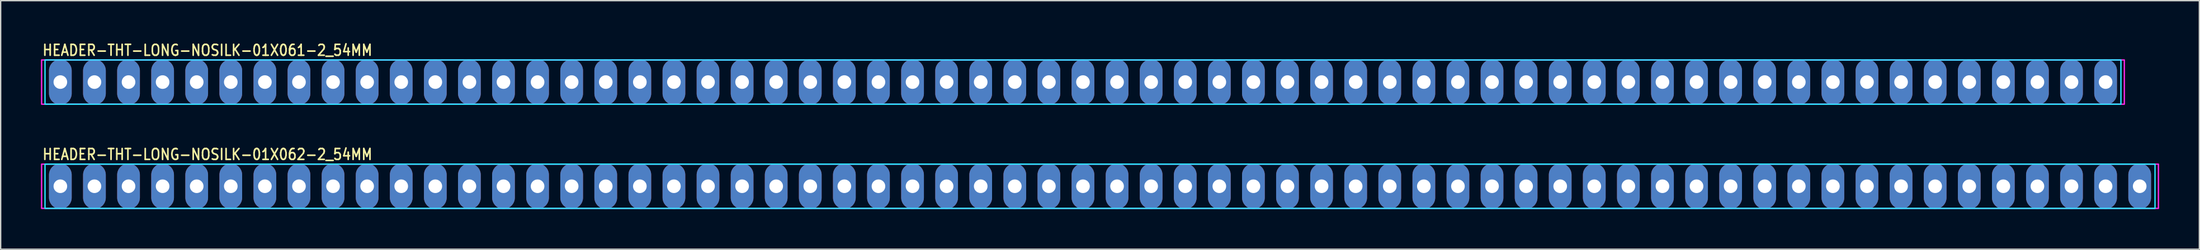
<source format=kicad_pcb>
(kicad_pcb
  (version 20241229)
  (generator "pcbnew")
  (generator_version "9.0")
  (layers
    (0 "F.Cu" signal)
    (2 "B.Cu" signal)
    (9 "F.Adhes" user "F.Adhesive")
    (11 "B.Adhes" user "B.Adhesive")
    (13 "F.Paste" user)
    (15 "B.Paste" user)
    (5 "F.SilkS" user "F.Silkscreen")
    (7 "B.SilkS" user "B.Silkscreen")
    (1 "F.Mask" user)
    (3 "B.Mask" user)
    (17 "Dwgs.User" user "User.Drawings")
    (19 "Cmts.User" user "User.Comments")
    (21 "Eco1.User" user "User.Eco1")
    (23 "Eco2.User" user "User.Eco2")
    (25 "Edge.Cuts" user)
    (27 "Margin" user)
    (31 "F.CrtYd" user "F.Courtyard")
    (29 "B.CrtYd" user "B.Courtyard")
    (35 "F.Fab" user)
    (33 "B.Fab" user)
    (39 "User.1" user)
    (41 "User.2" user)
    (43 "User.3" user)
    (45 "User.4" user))
  (footprint "HEADER-THT-LONG-NOSILK-01X061-2_54MM"
    (layer "F.Cu")
    (at 1.447 3.079)
    (property "Reference" "HEADER-THT-LONG-NOSILK-01X061-2_54MM" (at -1.4 -1.9 0) (unlocked yes) (layer "F.SilkS") (effects (font (size 0.813 0.695) (thickness 0.122)) (justify left bottom)))
    (fp_poly (pts (xy -1.143 -1.651) (xy 153.543 -1.651) (xy 153.543 1.651) (xy -1.143 1.651)) (stroke (width 0.1) (type solid)) (fill no) (layer "B.CrtYd"))
    (fp_poly (pts (xy -1.397 -1.651) (xy 153.797 -1.651) (xy 153.797 1.651) (xy -1.397 1.651)) (stroke (width 0.1) (type solid)) (fill no) (layer "F.CrtYd"))
    (pad "1" thru_hole oval (at 0 0 90) (size 3.387 1.693) (drill 1.016) (layers "*.Cu" "*.Mask"))
    (pad "2" thru_hole oval (at 2.54 0 90) (size 3.387 1.693) (drill 1.016) (layers "*.Cu" "*.Mask"))
    (pad "3" thru_hole oval (at 5.08 0 90) (size 3.387 1.693) (drill 1.016) (layers "*.Cu" "*.Mask"))
    (pad "4" thru_hole oval (at 7.62 0 90) (size 3.387 1.693) (drill 1.016) (layers "*.Cu" "*.Mask"))
    (pad "5" thru_hole oval (at 10.16 0 90) (size 3.387 1.693) (drill 1.016) (layers "*.Cu" "*.Mask"))
    (pad "6" thru_hole oval (at 12.7 0 90) (size 3.387 1.693) (drill 1.016) (layers "*.Cu" "*.Mask"))
    (pad "7" thru_hole oval (at 15.24 0 90) (size 3.387 1.693) (drill 1.016) (layers "*.Cu" "*.Mask"))
    (pad "8" thru_hole oval (at 17.78 0 90) (size 3.387 1.693) (drill 1.016) (layers "*.Cu" "*.Mask"))
    (pad "9" thru_hole oval (at 20.32 0 90) (size 3.387 1.693) (drill 1.016) (layers "*.Cu" "*.Mask"))
    (pad "10" thru_hole oval (at 22.86 0 90) (size 3.387 1.693) (drill 1.016) (layers "*.Cu" "*.Mask"))
    (pad "11" thru_hole oval (at 25.4 0 90) (size 3.387 1.693) (drill 1.016) (layers "*.Cu" "*.Mask"))
    (pad "12" thru_hole oval (at 27.94 0 90) (size 3.387 1.693) (drill 1.016) (layers "*.Cu" "*.Mask"))
    (pad "13" thru_hole oval (at 30.48 0 90) (size 3.387 1.693) (drill 1.016) (layers "*.Cu" "*.Mask"))
    (pad "14" thru_hole oval (at 33.02 0 90) (size 3.387 1.693) (drill 1.016) (layers "*.Cu" "*.Mask"))
    (pad "15" thru_hole oval (at 35.56 0 90) (size 3.387 1.693) (drill 1.016) (layers "*.Cu" "*.Mask"))
    (pad "16" thru_hole oval (at 38.1 0 90) (size 3.387 1.693) (drill 1.016) (layers "*.Cu" "*.Mask"))
    (pad "17" thru_hole oval (at 40.64 0 90) (size 3.387 1.693) (drill 1.016) (layers "*.Cu" "*.Mask"))
    (pad "18" thru_hole oval (at 43.18 0 90) (size 3.387 1.693) (drill 1.016) (layers "*.Cu" "*.Mask"))
    (pad "19" thru_hole oval (at 45.72 0 90) (size 3.387 1.693) (drill 1.016) (layers "*.Cu" "*.Mask"))
    (pad "20" thru_hole oval (at 48.26 0 90) (size 3.387 1.693) (drill 1.016) (layers "*.Cu" "*.Mask"))
    (pad "21" thru_hole oval (at 50.8 0 90) (size 3.387 1.693) (drill 1.016) (layers "*.Cu" "*.Mask"))
    (pad "22" thru_hole oval (at 53.34 0 90) (size 3.387 1.693) (drill 1.016) (layers "*.Cu" "*.Mask"))
    (pad "23" thru_hole oval (at 55.88 0 90) (size 3.387 1.693) (drill 1.016) (layers "*.Cu" "*.Mask"))
    (pad "24" thru_hole oval (at 58.42 0 90) (size 3.387 1.693) (drill 1.016) (layers "*.Cu" "*.Mask"))
    (pad "25" thru_hole oval (at 60.96 0 90) (size 3.387 1.693) (drill 1.016) (layers "*.Cu" "*.Mask"))
    (pad "26" thru_hole oval (at 63.5 0 90) (size 3.387 1.693) (drill 1.016) (layers "*.Cu" "*.Mask"))
    (pad "27" thru_hole oval (at 66.04 0 90) (size 3.387 1.693) (drill 1.016) (layers "*.Cu" "*.Mask"))
    (pad "28" thru_hole oval (at 68.58 0 90) (size 3.387 1.693) (drill 1.016) (layers "*.Cu" "*.Mask"))
    (pad "29" thru_hole oval (at 71.12 0 90) (size 3.387 1.693) (drill 1.016) (layers "*.Cu" "*.Mask"))
    (pad "30" thru_hole oval (at 73.66 0 90) (size 3.387 1.693) (drill 1.016) (layers "*.Cu" "*.Mask"))
    (pad "31" thru_hole oval (at 76.2 0 90) (size 3.387 1.693) (drill 1.016) (layers "*.Cu" "*.Mask"))
    (pad "32" thru_hole oval (at 78.74 0 90) (size 3.387 1.693) (drill 1.016) (layers "*.Cu" "*.Mask"))
    (pad "33" thru_hole oval (at 81.28 0 90) (size 3.387 1.693) (drill 1.016) (layers "*.Cu" "*.Mask"))
    (pad "34" thru_hole oval (at 83.82 0 90) (size 3.387 1.693) (drill 1.016) (layers "*.Cu" "*.Mask"))
    (pad "35" thru_hole oval (at 86.36 0 90) (size 3.387 1.693) (drill 1.016) (layers "*.Cu" "*.Mask"))
    (pad "36" thru_hole oval (at 88.9 0 90) (size 3.387 1.693) (drill 1.016) (layers "*.Cu" "*.Mask"))
    (pad "37" thru_hole oval (at 91.44 0 90) (size 3.387 1.693) (drill 1.016) (layers "*.Cu" "*.Mask"))
    (pad "38" thru_hole oval (at 93.98 0 90) (size 3.387 1.693) (drill 1.016) (layers "*.Cu" "*.Mask"))
    (pad "39" thru_hole oval (at 96.52 0 90) (size 3.387 1.693) (drill 1.016) (layers "*.Cu" "*.Mask"))
    (pad "40" thru_hole oval (at 99.06 0 90) (size 3.387 1.693) (drill 1.016) (layers "*.Cu" "*.Mask"))
    (pad "41" thru_hole oval (at 101.6 0 90) (size 3.387 1.693) (drill 1.016) (layers "*.Cu" "*.Mask"))
    (pad "42" thru_hole oval (at 104.14 0 90) (size 3.387 1.693) (drill 1.016) (layers "*.Cu" "*.Mask"))
    (pad "43" thru_hole oval (at 106.68 0 90) (size 3.387 1.693) (drill 1.016) (layers "*.Cu" "*.Mask"))
    (pad "44" thru_hole oval (at 109.22 0 90) (size 3.387 1.693) (drill 1.016) (layers "*.Cu" "*.Mask"))
    (pad "45" thru_hole oval (at 111.76 0 90) (size 3.387 1.693) (drill 1.016) (layers "*.Cu" "*.Mask"))
    (pad "46" thru_hole oval (at 114.3 0 90) (size 3.387 1.693) (drill 1.016) (layers "*.Cu" "*.Mask"))
    (pad "47" thru_hole oval (at 116.84 0 90) (size 3.387 1.693) (drill 1.016) (layers "*.Cu" "*.Mask"))
    (pad "48" thru_hole oval (at 119.38 0 90) (size 3.387 1.693) (drill 1.016) (layers "*.Cu" "*.Mask"))
    (pad "49" thru_hole oval (at 121.92 0 90) (size 3.387 1.693) (drill 1.016) (layers "*.Cu" "*.Mask"))
    (pad "50" thru_hole oval (at 124.46 0 90) (size 3.387 1.693) (drill 1.016) (layers "*.Cu" "*.Mask"))
    (pad "51" thru_hole oval (at 127 0 90) (size 3.387 1.693) (drill 1.016) (layers "*.Cu" "*.Mask"))
    (pad "52" thru_hole oval (at 129.54 0 90) (size 3.387 1.693) (drill 1.016) (layers "*.Cu" "*.Mask"))
    (pad "53" thru_hole oval (at 132.08 0 90) (size 3.387 1.693) (drill 1.016) (layers "*.Cu" "*.Mask"))
    (pad "54" thru_hole oval (at 134.62 0 90) (size 3.387 1.693) (drill 1.016) (layers "*.Cu" "*.Mask"))
    (pad "55" thru_hole oval (at 137.16 0 90) (size 3.387 1.693) (drill 1.016) (layers "*.Cu" "*.Mask"))
    (pad "56" thru_hole oval (at 139.7 0 90) (size 3.387 1.693) (drill 1.016) (layers "*.Cu" "*.Mask"))
    (pad "57" thru_hole oval (at 142.24 0 90) (size 3.387 1.693) (drill 1.016) (layers "*.Cu" "*.Mask"))
    (pad "58" thru_hole oval (at 144.78 0 90) (size 3.387 1.693) (drill 1.016) (layers "*.Cu" "*.Mask"))
    (pad "59" thru_hole oval (at 147.32 0 90) (size 3.387 1.693) (drill 1.016) (layers "*.Cu" "*.Mask"))
    (pad "60" thru_hole oval (at 149.86 0 90) (size 3.387 1.693) (drill 1.016) (layers "*.Cu" "*.Mask"))
    (pad "61" thru_hole oval (at 152.4 0 90) (size 3.387 1.693) (drill 1.016) (layers "*.Cu" "*.Mask")))
  (footprint "HEADER-THT-LONG-NOSILK-01X062-2_54MM"
    (layer "F.Cu")
    (at 1.447 10.858)
    (property "Reference" "HEADER-THT-LONG-NOSILK-01X062-2_54MM" (at -1.4 -1.9 0) (unlocked yes) (layer "F.SilkS") (effects (font (size 0.813 0.695) (thickness 0.122)) (justify left bottom)))
    (fp_poly (pts (xy -1.143 -1.651) (xy 156.083 -1.651) (xy 156.083 1.651) (xy -1.143 1.651)) (stroke (width 0.1) (type solid)) (fill no) (layer "B.CrtYd"))
    (fp_poly (pts (xy -1.397 -1.651) (xy 156.337 -1.651) (xy 156.337 1.651) (xy -1.397 1.651)) (stroke (width 0.1) (type solid)) (fill no) (layer "F.CrtYd"))
    (pad "1" thru_hole oval (at 0 0 90) (size 3.387 1.693) (drill 1.016) (layers "*.Cu" "*.Mask"))
    (pad "2" thru_hole oval (at 2.54 0 90) (size 3.387 1.693) (drill 1.016) (layers "*.Cu" "*.Mask"))
    (pad "3" thru_hole oval (at 5.08 0 90) (size 3.387 1.693) (drill 1.016) (layers "*.Cu" "*.Mask"))
    (pad "4" thru_hole oval (at 7.62 0 90) (size 3.387 1.693) (drill 1.016) (layers "*.Cu" "*.Mask"))
    (pad "5" thru_hole oval (at 10.16 0 90) (size 3.387 1.693) (drill 1.016) (layers "*.Cu" "*.Mask"))
    (pad "6" thru_hole oval (at 12.7 0 90) (size 3.387 1.693) (drill 1.016) (layers "*.Cu" "*.Mask"))
    (pad "7" thru_hole oval (at 15.24 0 90) (size 3.387 1.693) (drill 1.016) (layers "*.Cu" "*.Mask"))
    (pad "8" thru_hole oval (at 17.78 0 90) (size 3.387 1.693) (drill 1.016) (layers "*.Cu" "*.Mask"))
    (pad "9" thru_hole oval (at 20.32 0 90) (size 3.387 1.693) (drill 1.016) (layers "*.Cu" "*.Mask"))
    (pad "10" thru_hole oval (at 22.86 0 90) (size 3.387 1.693) (drill 1.016) (layers "*.Cu" "*.Mask"))
    (pad "11" thru_hole oval (at 25.4 0 90) (size 3.387 1.693) (drill 1.016) (layers "*.Cu" "*.Mask"))
    (pad "12" thru_hole oval (at 27.94 0 90) (size 3.387 1.693) (drill 1.016) (layers "*.Cu" "*.Mask"))
    (pad "13" thru_hole oval (at 30.48 0 90) (size 3.387 1.693) (drill 1.016) (layers "*.Cu" "*.Mask"))
    (pad "14" thru_hole oval (at 33.02 0 90) (size 3.387 1.693) (drill 1.016) (layers "*.Cu" "*.Mask"))
    (pad "15" thru_hole oval (at 35.56 0 90) (size 3.387 1.693) (drill 1.016) (layers "*.Cu" "*.Mask"))
    (pad "16" thru_hole oval (at 38.1 0 90) (size 3.387 1.693) (drill 1.016) (layers "*.Cu" "*.Mask"))
    (pad "17" thru_hole oval (at 40.64 0 90) (size 3.387 1.693) (drill 1.016) (layers "*.Cu" "*.Mask"))
    (pad "18" thru_hole oval (at 43.18 0 90) (size 3.387 1.693) (drill 1.016) (layers "*.Cu" "*.Mask"))
    (pad "19" thru_hole oval (at 45.72 0 90) (size 3.387 1.693) (drill 1.016) (layers "*.Cu" "*.Mask"))
    (pad "20" thru_hole oval (at 48.26 0 90) (size 3.387 1.693) (drill 1.016) (layers "*.Cu" "*.Mask"))
    (pad "21" thru_hole oval (at 50.8 0 90) (size 3.387 1.693) (drill 1.016) (layers "*.Cu" "*.Mask"))
    (pad "22" thru_hole oval (at 53.34 0 90) (size 3.387 1.693) (drill 1.016) (layers "*.Cu" "*.Mask"))
    (pad "23" thru_hole oval (at 55.88 0 90) (size 3.387 1.693) (drill 1.016) (layers "*.Cu" "*.Mask"))
    (pad "24" thru_hole oval (at 58.42 0 90) (size 3.387 1.693) (drill 1.016) (layers "*.Cu" "*.Mask"))
    (pad "25" thru_hole oval (at 60.96 0 90) (size 3.387 1.693) (drill 1.016) (layers "*.Cu" "*.Mask"))
    (pad "26" thru_hole oval (at 63.5 0 90) (size 3.387 1.693) (drill 1.016) (layers "*.Cu" "*.Mask"))
    (pad "27" thru_hole oval (at 66.04 0 90) (size 3.387 1.693) (drill 1.016) (layers "*.Cu" "*.Mask"))
    (pad "28" thru_hole oval (at 68.58 0 90) (size 3.387 1.693) (drill 1.016) (layers "*.Cu" "*.Mask"))
    (pad "29" thru_hole oval (at 71.12 0 90) (size 3.387 1.693) (drill 1.016) (layers "*.Cu" "*.Mask"))
    (pad "30" thru_hole oval (at 73.66 0 90) (size 3.387 1.693) (drill 1.016) (layers "*.Cu" "*.Mask"))
    (pad "31" thru_hole oval (at 76.2 0 90) (size 3.387 1.693) (drill 1.016) (layers "*.Cu" "*.Mask"))
    (pad "32" thru_hole oval (at 78.74 0 90) (size 3.387 1.693) (drill 1.016) (layers "*.Cu" "*.Mask"))
    (pad "33" thru_hole oval (at 81.28 0 90) (size 3.387 1.693) (drill 1.016) (layers "*.Cu" "*.Mask"))
    (pad "34" thru_hole oval (at 83.82 0 90) (size 3.387 1.693) (drill 1.016) (layers "*.Cu" "*.Mask"))
    (pad "35" thru_hole oval (at 86.36 0 90) (size 3.387 1.693) (drill 1.016) (layers "*.Cu" "*.Mask"))
    (pad "36" thru_hole oval (at 88.9 0 90) (size 3.387 1.693) (drill 1.016) (layers "*.Cu" "*.Mask"))
    (pad "37" thru_hole oval (at 91.44 0 90) (size 3.387 1.693) (drill 1.016) (layers "*.Cu" "*.Mask"))
    (pad "38" thru_hole oval (at 93.98 0 90) (size 3.387 1.693) (drill 1.016) (layers "*.Cu" "*.Mask"))
    (pad "39" thru_hole oval (at 96.52 0 90) (size 3.387 1.693) (drill 1.016) (layers "*.Cu" "*.Mask"))
    (pad "40" thru_hole oval (at 99.06 0 90) (size 3.387 1.693) (drill 1.016) (layers "*.Cu" "*.Mask"))
    (pad "41" thru_hole oval (at 101.6 0 90) (size 3.387 1.693) (drill 1.016) (layers "*.Cu" "*.Mask"))
    (pad "42" thru_hole oval (at 104.14 0 90) (size 3.387 1.693) (drill 1.016) (layers "*.Cu" "*.Mask"))
    (pad "43" thru_hole oval (at 106.68 0 90) (size 3.387 1.693) (drill 1.016) (layers "*.Cu" "*.Mask"))
    (pad "44" thru_hole oval (at 109.22 0 90) (size 3.387 1.693) (drill 1.016) (layers "*.Cu" "*.Mask"))
    (pad "45" thru_hole oval (at 111.76 0 90) (size 3.387 1.693) (drill 1.016) (layers "*.Cu" "*.Mask"))
    (pad "46" thru_hole oval (at 114.3 0 90) (size 3.387 1.693) (drill 1.016) (layers "*.Cu" "*.Mask"))
    (pad "47" thru_hole oval (at 116.84 0 90) (size 3.387 1.693) (drill 1.016) (layers "*.Cu" "*.Mask"))
    (pad "48" thru_hole oval (at 119.38 0 90) (size 3.387 1.693) (drill 1.016) (layers "*.Cu" "*.Mask"))
    (pad "49" thru_hole oval (at 121.92 0 90) (size 3.387 1.693) (drill 1.016) (layers "*.Cu" "*.Mask"))
    (pad "50" thru_hole oval (at 124.46 0 90) (size 3.387 1.693) (drill 1.016) (layers "*.Cu" "*.Mask"))
    (pad "51" thru_hole oval (at 127 0 90) (size 3.387 1.693) (drill 1.016) (layers "*.Cu" "*.Mask"))
    (pad "52" thru_hole oval (at 129.54 0 90) (size 3.387 1.693) (drill 1.016) (layers "*.Cu" "*.Mask"))
    (pad "53" thru_hole oval (at 132.08 0 90) (size 3.387 1.693) (drill 1.016) (layers "*.Cu" "*.Mask"))
    (pad "54" thru_hole oval (at 134.62 0 90) (size 3.387 1.693) (drill 1.016) (layers "*.Cu" "*.Mask"))
    (pad "55" thru_hole oval (at 137.16 0 90) (size 3.387 1.693) (drill 1.016) (layers "*.Cu" "*.Mask"))
    (pad "56" thru_hole oval (at 139.7 0 90) (size 3.387 1.693) (drill 1.016) (layers "*.Cu" "*.Mask"))
    (pad "57" thru_hole oval (at 142.24 0 90) (size 3.387 1.693) (drill 1.016) (layers "*.Cu" "*.Mask"))
    (pad "58" thru_hole oval (at 144.78 0 90) (size 3.387 1.693) (drill 1.016) (layers "*.Cu" "*.Mask"))
    (pad "59" thru_hole oval (at 147.32 0 90) (size 3.387 1.693) (drill 1.016) (layers "*.Cu" "*.Mask"))
    (pad "60" thru_hole oval (at 149.86 0 90) (size 3.387 1.693) (drill 1.016) (layers "*.Cu" "*.Mask"))
    (pad "61" thru_hole oval (at 152.4 0 90) (size 3.387 1.693) (drill 1.016) (layers "*.Cu" "*.Mask"))
    (pad "62" thru_hole oval (at 154.94 0 90) (size 3.387 1.693) (drill 1.016) (layers "*.Cu" "*.Mask")))
  (gr_rect
    (start -3 -3)
    (end 160.834 15.559)
    (stroke (width 0.1) (type default))
    (fill no)
    (layer "Edge.Cuts")))
</source>
